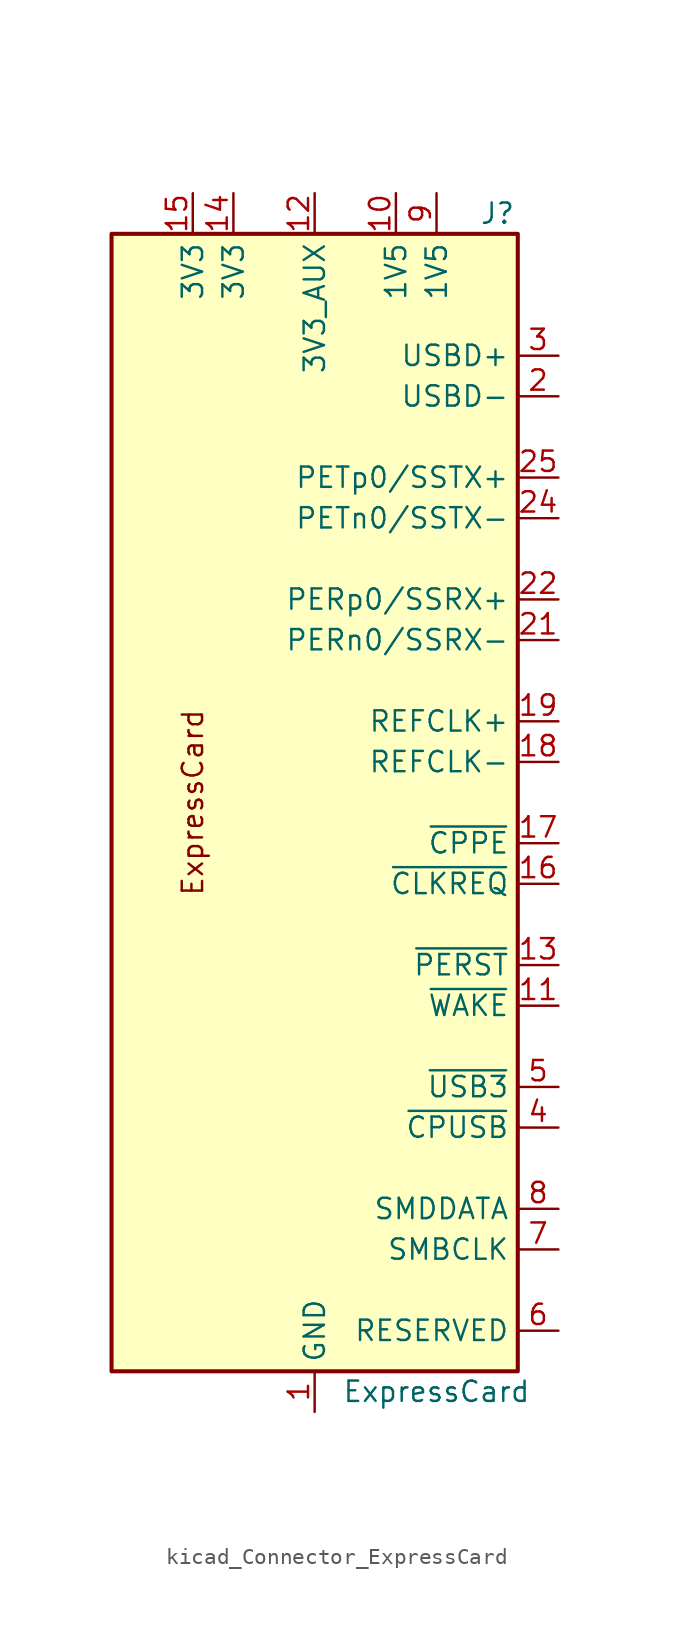
<source format=kicad_sym>
(kicad_symbol_lib
  (version 20220914)
  (generator kicad_symbol_editor)
  (symbol "kicad_Connector_ExpressCard"
    (property "Reference" "J"
      (at 11.43 36.83 0)
      (effects (font (size 1.27 1.27))))
    (property "Value" "ExpressCard"
      (at 7.62 -36.83 0)
      (effects (font (size 1.27 1.27))))
    (symbol "kicad_Connector_ExpressCard_0_0"
      (text "ExpressCard" (at -7.62 0 900) (effects (font (size 1.27 1.27)))))
    (symbol "kicad_Connector_ExpressCard_0_1"
      (rectangle (start -12.7 35.56) (end 12.7 -35.56) (stroke (width 0.254) (type default)) (fill (type background))))
    (symbol "kicad_Connector_ExpressCard_1_1"
      (pin power_out line (at 0 -38.1 90) (length 2.54) (name "GND" (effects (font (size 1.27 1.27)))) (number "1" (effects (font (size 1.27 1.27)))))
      (pin power_out line (at 5.08 38.1 270) (length 2.54) (name "1V5" (effects (font (size 1.27 1.27)))) (number "10" (effects (font (size 1.27 1.27)))))
      (pin input line (at 15.24 -12.7 180) (length 2.54) (name "~{WAKE}" (effects (font (size 1.27 1.27)))) (number "11" (effects (font (size 1.27 1.27)))))
      (pin power_out line (at 0 38.1 270) (length 2.54) (name "3V3_AUX" (effects (font (size 1.27 1.27)))) (number "12" (effects (font (size 1.27 1.27)))))
      (pin output line (at 15.24 -10.16 180) (length 2.54) (name "~{PERST}" (effects (font (size 1.27 1.27)))) (number "13" (effects (font (size 1.27 1.27)))))
      (pin power_out line (at -5.08 38.1 270) (length 2.54) (name "3V3" (effects (font (size 1.27 1.27)))) (number "14" (effects (font (size 1.27 1.27)))))
      (pin power_out line (at -7.62 38.1 270) (length 2.54) (name "3V3" (effects (font (size 1.27 1.27)))) (number "15" (effects (font (size 1.27 1.27)))))
      (pin input line (at 15.24 -5.08 180) (length 2.54) (name "~{CLKREQ}" (effects (font (size 1.27 1.27)))) (number "16" (effects (font (size 1.27 1.27)))))
      (pin input line (at 15.24 -2.54 180) (length 2.54) (name "~{CPPE}" (effects (font (size 1.27 1.27)))) (number "17" (effects (font (size 1.27 1.27)))))
      (pin output line (at 15.24 2.54 180) (length 2.54) (name "REFCLK-" (effects (font (size 1.27 1.27)))) (number "18" (effects (font (size 1.27 1.27)))))
      (pin output line (at 15.24 5.08 180) (length 2.54) (name "REFCLK+" (effects (font (size 1.27 1.27)))) (number "19" (effects (font (size 1.27 1.27)))))
      (pin bidirectional line (at 15.24 25.4 180) (length 2.54) (name "USBD-" (effects (font (size 1.27 1.27)))) (number "2" (effects (font (size 1.27 1.27)))))
      (pin passive line (at 0 -38.1 90) (length 2.54) hide (name "GND" (effects (font (size 1.27 1.27)))) (number "20" (effects (font (size 1.27 1.27)))))
      (pin input line (at 15.24 10.16 180) (length 2.54) (name "PERn0/SSRX-" (effects (font (size 1.27 1.27)))) (number "21" (effects (font (size 1.27 1.27)))))
      (pin input line (at 15.24 12.7 180) (length 2.54) (name "PERp0/SSRX+" (effects (font (size 1.27 1.27)))) (number "22" (effects (font (size 1.27 1.27)))))
      (pin passive line (at 0 -38.1 90) (length 2.54) hide (name "GND" (effects (font (size 1.27 1.27)))) (number "23" (effects (font (size 1.27 1.27)))))
      (pin output line (at 15.24 17.78 180) (length 2.54) (name "PETn0/SSTX-" (effects (font (size 1.27 1.27)))) (number "24" (effects (font (size 1.27 1.27)))))
      (pin output line (at 15.24 20.32 180) (length 2.54) (name "PETp0/SSTX+" (effects (font (size 1.27 1.27)))) (number "25" (effects (font (size 1.27 1.27)))))
      (pin passive line (at 0 -38.1 90) (length 2.54) hide (name "GND" (effects (font (size 1.27 1.27)))) (number "26" (effects (font (size 1.27 1.27)))))
      (pin bidirectional line (at 15.24 27.94 180) (length 2.54) (name "USBD+" (effects (font (size 1.27 1.27)))) (number "3" (effects (font (size 1.27 1.27)))))
      (pin input line (at 15.24 -20.32 180) (length 2.54) (name "~{CPUSB}" (effects (font (size 1.27 1.27)))) (number "4" (effects (font (size 1.27 1.27)))))
      (pin bidirectional line (at 15.24 -17.78 180) (length 2.54) (name "~{USB3}" (effects (font (size 1.27 1.27)))) (number "5" (effects (font (size 1.27 1.27)))))
      (pin passive line (at 15.24 -33.02 180) (length 2.54) (name "RESERVED" (effects (font (size 1.27 1.27)))) (number "6" (effects (font (size 1.27 1.27)))))
      (pin output line (at 15.24 -27.94 180) (length 2.54) (name "SMBCLK" (effects (font (size 1.27 1.27)))) (number "7" (effects (font (size 1.27 1.27)))))
      (pin bidirectional line (at 15.24 -25.4 180) (length 2.54) (name "SMDDATA" (effects (font (size 1.27 1.27)))) (number "8" (effects (font (size 1.27 1.27)))))
      (pin power_out line (at 7.62 38.1 270) (length 2.54) (name "1V5" (effects (font (size 1.27 1.27)))) (number "9" (effects (font (size 1.27 1.27))))))))
</source>
